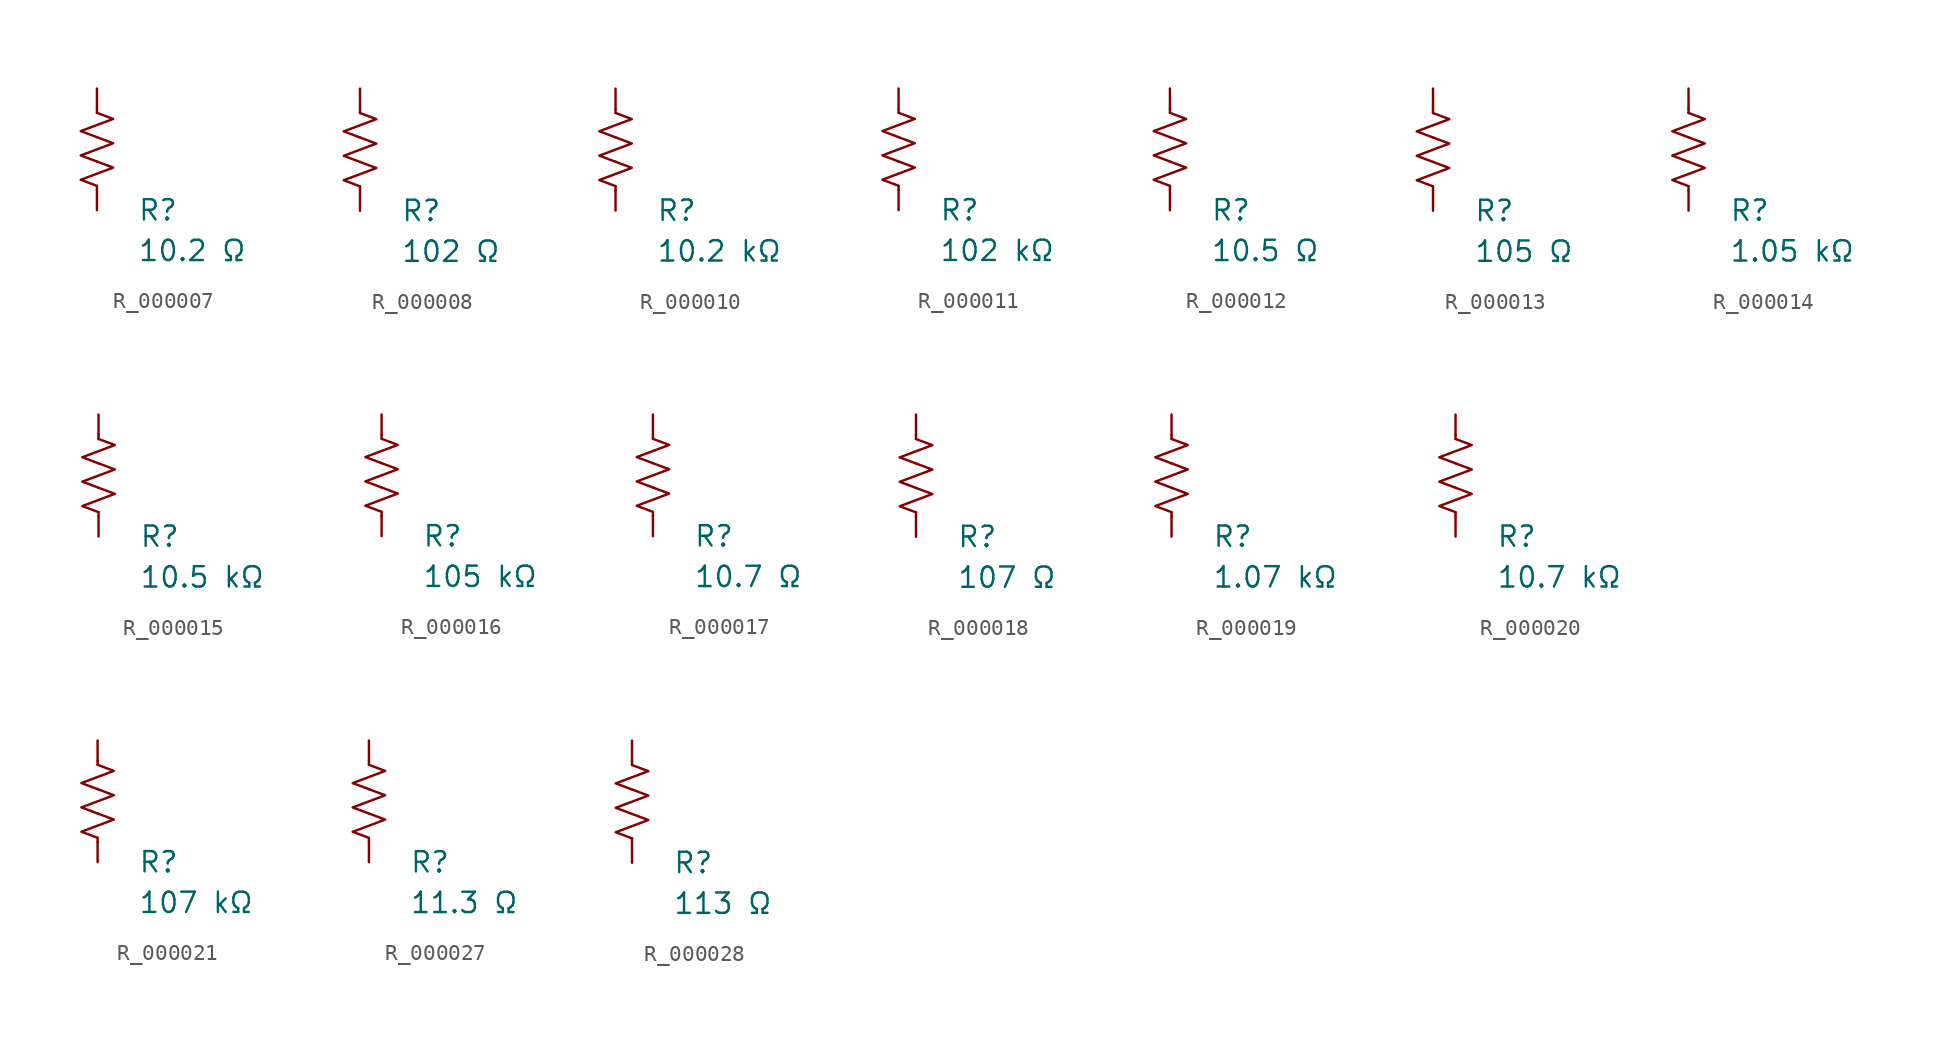
<source format=kicad_sym>
(kicad_symbol_lib
  (version 20231120)
  (generator "kicad_symbol_editor")
  (generator_version "8.0")
  (symbol "R_000007"
    (pin_numbers hide)
    (pin_names
      (offset 0))
    (property "Reference" "R"
      (at 2.54 -3.81 0)
      (effects (font (size 1.27 1.27)) (justify left))
      (show_name no))
    (property "Value" "10.2 Ω"
      (at 2.54 -6.35 0)
      (effects (font (size 1.27 1.27)) (justify left))
      (show_name no))
    (symbol "R_000007_0_1"
      (polyline (pts (xy 0 -2.286) (xy 0 -2.54)) (stroke (width 0) (type default)) (fill (type none)))
      (polyline (pts (xy 0 2.286) (xy 0 2.54)) (stroke (width 0) (type default)) (fill (type none)))
      (polyline (pts (xy 0 -0.762) (xy 1.016 -1.143) (xy 0 -1.524) (xy -1.016 -1.905) (xy 0 -2.286)) (stroke (width 0) (type default)) (fill (type none)))
      (polyline (pts (xy 0 0.762) (xy 1.016 0.381) (xy 0 0) (xy -1.016 -0.381) (xy 0 -0.762)) (stroke (width 0) (type default)) (fill (type none)))
      (polyline (pts (xy 0 2.286) (xy 1.016 1.905) (xy 0 1.524) (xy -1.016 1.143) (xy 0 0.762)) (stroke (width 0) (type default)) (fill (type none))))
    (symbol "R_000007_1_1"
      (pin passive line (at 0 3.81 270) (length 1.27) (name "~" (effects (font (size 1.27 1.27)))) (number "1" (effects (font (size 1.27 1.27)))))
      (pin passive line (at 0 -3.81 90) (length 1.27) (name "~" (effects (font (size 1.27 1.27)))) (number "2" (effects (font (size 1.27 1.27)))))))
  (symbol "R_000008"
    (pin_numbers hide)
    (pin_names
      (offset 0))
    (property "Reference" "R"
      (at 2.54 -3.81 0)
      (effects (font (size 1.27 1.27)) (justify left))
      (show_name no))
    (property "Value" "102 Ω"
      (at 2.54 -6.35 0)
      (effects (font (size 1.27 1.27)) (justify left))
      (show_name no))
    (symbol "R_000008_0_1"
      (polyline (pts (xy 0 -2.286) (xy 0 -2.54)) (stroke (width 0) (type default)) (fill (type none)))
      (polyline (pts (xy 0 2.286) (xy 0 2.54)) (stroke (width 0) (type default)) (fill (type none)))
      (polyline (pts (xy 0 -0.762) (xy 1.016 -1.143) (xy 0 -1.524) (xy -1.016 -1.905) (xy 0 -2.286)) (stroke (width 0) (type default)) (fill (type none)))
      (polyline (pts (xy 0 0.762) (xy 1.016 0.381) (xy 0 0) (xy -1.016 -0.381) (xy 0 -0.762)) (stroke (width 0) (type default)) (fill (type none)))
      (polyline (pts (xy 0 2.286) (xy 1.016 1.905) (xy 0 1.524) (xy -1.016 1.143) (xy 0 0.762)) (stroke (width 0) (type default)) (fill (type none))))
    (symbol "R_000008_1_1"
      (pin passive line (at 0 3.81 270) (length 1.27) (name "~" (effects (font (size 1.27 1.27)))) (number "1" (effects (font (size 1.27 1.27)))))
      (pin passive line (at 0 -3.81 90) (length 1.27) (name "~" (effects (font (size 1.27 1.27)))) (number "2" (effects (font (size 1.27 1.27)))))))
  (symbol "R_000010"
    (pin_numbers hide)
    (pin_names
      (offset 0))
    (property "Reference" "R"
      (at 2.54 -3.81 0)
      (effects (font (size 1.27 1.27)) (justify left))
      (show_name no))
    (property "Value" "10.2 kΩ"
      (at 2.54 -6.35 0)
      (effects (font (size 1.27 1.27)) (justify left))
      (show_name no))
    (symbol "R_000010_0_1"
      (polyline (pts (xy 0 -2.286) (xy 0 -2.54)) (stroke (width 0) (type default)) (fill (type none)))
      (polyline (pts (xy 0 2.286) (xy 0 2.54)) (stroke (width 0) (type default)) (fill (type none)))
      (polyline (pts (xy 0 -0.762) (xy 1.016 -1.143) (xy 0 -1.524) (xy -1.016 -1.905) (xy 0 -2.286)) (stroke (width 0) (type default)) (fill (type none)))
      (polyline (pts (xy 0 0.762) (xy 1.016 0.381) (xy 0 0) (xy -1.016 -0.381) (xy 0 -0.762)) (stroke (width 0) (type default)) (fill (type none)))
      (polyline (pts (xy 0 2.286) (xy 1.016 1.905) (xy 0 1.524) (xy -1.016 1.143) (xy 0 0.762)) (stroke (width 0) (type default)) (fill (type none))))
    (symbol "R_000010_1_1"
      (pin passive line (at 0 3.81 270) (length 1.27) (name "~" (effects (font (size 1.27 1.27)))) (number "1" (effects (font (size 1.27 1.27)))))
      (pin passive line (at 0 -3.81 90) (length 1.27) (name "~" (effects (font (size 1.27 1.27)))) (number "2" (effects (font (size 1.27 1.27)))))))
  (symbol "R_000011"
    (pin_numbers hide)
    (pin_names
      (offset 0))
    (property "Reference" "R"
      (at 2.54 -3.81 0)
      (effects (font (size 1.27 1.27)) (justify left))
      (show_name no))
    (property "Value" "102 kΩ"
      (at 2.54 -6.35 0)
      (effects (font (size 1.27 1.27)) (justify left))
      (show_name no))
    (symbol "R_000011_0_1"
      (polyline (pts (xy 0 -2.286) (xy 0 -2.54)) (stroke (width 0) (type default)) (fill (type none)))
      (polyline (pts (xy 0 2.286) (xy 0 2.54)) (stroke (width 0) (type default)) (fill (type none)))
      (polyline (pts (xy 0 -0.762) (xy 1.016 -1.143) (xy 0 -1.524) (xy -1.016 -1.905) (xy 0 -2.286)) (stroke (width 0) (type default)) (fill (type none)))
      (polyline (pts (xy 0 0.762) (xy 1.016 0.381) (xy 0 0) (xy -1.016 -0.381) (xy 0 -0.762)) (stroke (width 0) (type default)) (fill (type none)))
      (polyline (pts (xy 0 2.286) (xy 1.016 1.905) (xy 0 1.524) (xy -1.016 1.143) (xy 0 0.762)) (stroke (width 0) (type default)) (fill (type none))))
    (symbol "R_000011_1_1"
      (pin passive line (at 0 3.81 270) (length 1.27) (name "~" (effects (font (size 1.27 1.27)))) (number "1" (effects (font (size 1.27 1.27)))))
      (pin passive line (at 0 -3.81 90) (length 1.27) (name "~" (effects (font (size 1.27 1.27)))) (number "2" (effects (font (size 1.27 1.27)))))))
  (symbol "R_000012"
    (pin_numbers hide)
    (pin_names
      (offset 0))
    (property "Reference" "R"
      (at 2.54 -3.81 0)
      (effects (font (size 1.27 1.27)) (justify left))
      (show_name no))
    (property "Value" "10.5 Ω"
      (at 2.54 -6.35 0)
      (effects (font (size 1.27 1.27)) (justify left))
      (show_name no))
    (symbol "R_000012_0_1"
      (polyline (pts (xy 0 -2.286) (xy 0 -2.54)) (stroke (width 0) (type default)) (fill (type none)))
      (polyline (pts (xy 0 2.286) (xy 0 2.54)) (stroke (width 0) (type default)) (fill (type none)))
      (polyline (pts (xy 0 -0.762) (xy 1.016 -1.143) (xy 0 -1.524) (xy -1.016 -1.905) (xy 0 -2.286)) (stroke (width 0) (type default)) (fill (type none)))
      (polyline (pts (xy 0 0.762) (xy 1.016 0.381) (xy 0 0) (xy -1.016 -0.381) (xy 0 -0.762)) (stroke (width 0) (type default)) (fill (type none)))
      (polyline (pts (xy 0 2.286) (xy 1.016 1.905) (xy 0 1.524) (xy -1.016 1.143) (xy 0 0.762)) (stroke (width 0) (type default)) (fill (type none))))
    (symbol "R_000012_1_1"
      (pin passive line (at 0 3.81 270) (length 1.27) (name "~" (effects (font (size 1.27 1.27)))) (number "1" (effects (font (size 1.27 1.27)))))
      (pin passive line (at 0 -3.81 90) (length 1.27) (name "~" (effects (font (size 1.27 1.27)))) (number "2" (effects (font (size 1.27 1.27)))))))
  (symbol "R_000013"
    (pin_numbers hide)
    (pin_names
      (offset 0))
    (property "Reference" "R"
      (at 2.54 -3.81 0)
      (effects (font (size 1.27 1.27)) (justify left))
      (show_name no))
    (property "Value" "105 Ω"
      (at 2.54 -6.35 0)
      (effects (font (size 1.27 1.27)) (justify left))
      (show_name no))
    (symbol "R_000013_0_1"
      (polyline (pts (xy 0 -2.286) (xy 0 -2.54)) (stroke (width 0) (type default)) (fill (type none)))
      (polyline (pts (xy 0 2.286) (xy 0 2.54)) (stroke (width 0) (type default)) (fill (type none)))
      (polyline (pts (xy 0 -0.762) (xy 1.016 -1.143) (xy 0 -1.524) (xy -1.016 -1.905) (xy 0 -2.286)) (stroke (width 0) (type default)) (fill (type none)))
      (polyline (pts (xy 0 0.762) (xy 1.016 0.381) (xy 0 0) (xy -1.016 -0.381) (xy 0 -0.762)) (stroke (width 0) (type default)) (fill (type none)))
      (polyline (pts (xy 0 2.286) (xy 1.016 1.905) (xy 0 1.524) (xy -1.016 1.143) (xy 0 0.762)) (stroke (width 0) (type default)) (fill (type none))))
    (symbol "R_000013_1_1"
      (pin passive line (at 0 3.81 270) (length 1.27) (name "~" (effects (font (size 1.27 1.27)))) (number "1" (effects (font (size 1.27 1.27)))))
      (pin passive line (at 0 -3.81 90) (length 1.27) (name "~" (effects (font (size 1.27 1.27)))) (number "2" (effects (font (size 1.27 1.27)))))))
  (symbol "R_000014"
    (pin_numbers hide)
    (pin_names
      (offset 0))
    (property "Reference" "R"
      (at 2.54 -3.81 0)
      (effects (font (size 1.27 1.27)) (justify left))
      (show_name no))
    (property "Value" "1.05 kΩ"
      (at 2.54 -6.35 0)
      (effects (font (size 1.27 1.27)) (justify left))
      (show_name no))
    (symbol "R_000014_0_1"
      (polyline (pts (xy 0 -2.286) (xy 0 -2.54)) (stroke (width 0) (type default)) (fill (type none)))
      (polyline (pts (xy 0 2.286) (xy 0 2.54)) (stroke (width 0) (type default)) (fill (type none)))
      (polyline (pts (xy 0 -0.762) (xy 1.016 -1.143) (xy 0 -1.524) (xy -1.016 -1.905) (xy 0 -2.286)) (stroke (width 0) (type default)) (fill (type none)))
      (polyline (pts (xy 0 0.762) (xy 1.016 0.381) (xy 0 0) (xy -1.016 -0.381) (xy 0 -0.762)) (stroke (width 0) (type default)) (fill (type none)))
      (polyline (pts (xy 0 2.286) (xy 1.016 1.905) (xy 0 1.524) (xy -1.016 1.143) (xy 0 0.762)) (stroke (width 0) (type default)) (fill (type none))))
    (symbol "R_000014_1_1"
      (pin passive line (at 0 3.81 270) (length 1.27) (name "~" (effects (font (size 1.27 1.27)))) (number "1" (effects (font (size 1.27 1.27)))))
      (pin passive line (at 0 -3.81 90) (length 1.27) (name "~" (effects (font (size 1.27 1.27)))) (number "2" (effects (font (size 1.27 1.27)))))))
  (symbol "R_000015"
    (pin_numbers hide)
    (pin_names
      (offset 0))
    (property "Reference" "R"
      (at 2.54 -3.81 0)
      (effects (font (size 1.27 1.27)) (justify left))
      (show_name no))
    (property "Value" "10.5 kΩ"
      (at 2.54 -6.35 0)
      (effects (font (size 1.27 1.27)) (justify left))
      (show_name no))
    (symbol "R_000015_0_1"
      (polyline (pts (xy 0 -2.286) (xy 0 -2.54)) (stroke (width 0) (type default)) (fill (type none)))
      (polyline (pts (xy 0 2.286) (xy 0 2.54)) (stroke (width 0) (type default)) (fill (type none)))
      (polyline (pts (xy 0 -0.762) (xy 1.016 -1.143) (xy 0 -1.524) (xy -1.016 -1.905) (xy 0 -2.286)) (stroke (width 0) (type default)) (fill (type none)))
      (polyline (pts (xy 0 0.762) (xy 1.016 0.381) (xy 0 0) (xy -1.016 -0.381) (xy 0 -0.762)) (stroke (width 0) (type default)) (fill (type none)))
      (polyline (pts (xy 0 2.286) (xy 1.016 1.905) (xy 0 1.524) (xy -1.016 1.143) (xy 0 0.762)) (stroke (width 0) (type default)) (fill (type none))))
    (symbol "R_000015_1_1"
      (pin passive line (at 0 3.81 270) (length 1.27) (name "~" (effects (font (size 1.27 1.27)))) (number "1" (effects (font (size 1.27 1.27)))))
      (pin passive line (at 0 -3.81 90) (length 1.27) (name "~" (effects (font (size 1.27 1.27)))) (number "2" (effects (font (size 1.27 1.27)))))))
  (symbol "R_000016"
    (pin_numbers hide)
    (pin_names
      (offset 0))
    (property "Reference" "R"
      (at 2.54 -3.81 0)
      (effects (font (size 1.27 1.27)) (justify left))
      (show_name no))
    (property "Value" "105 kΩ"
      (at 2.54 -6.35 0)
      (effects (font (size 1.27 1.27)) (justify left))
      (show_name no))
    (symbol "R_000016_0_1"
      (polyline (pts (xy 0 -2.286) (xy 0 -2.54)) (stroke (width 0) (type default)) (fill (type none)))
      (polyline (pts (xy 0 2.286) (xy 0 2.54)) (stroke (width 0) (type default)) (fill (type none)))
      (polyline (pts (xy 0 -0.762) (xy 1.016 -1.143) (xy 0 -1.524) (xy -1.016 -1.905) (xy 0 -2.286)) (stroke (width 0) (type default)) (fill (type none)))
      (polyline (pts (xy 0 0.762) (xy 1.016 0.381) (xy 0 0) (xy -1.016 -0.381) (xy 0 -0.762)) (stroke (width 0) (type default)) (fill (type none)))
      (polyline (pts (xy 0 2.286) (xy 1.016 1.905) (xy 0 1.524) (xy -1.016 1.143) (xy 0 0.762)) (stroke (width 0) (type default)) (fill (type none))))
    (symbol "R_000016_1_1"
      (pin passive line (at 0 3.81 270) (length 1.27) (name "~" (effects (font (size 1.27 1.27)))) (number "1" (effects (font (size 1.27 1.27)))))
      (pin passive line (at 0 -3.81 90) (length 1.27) (name "~" (effects (font (size 1.27 1.27)))) (number "2" (effects (font (size 1.27 1.27)))))))
  (symbol "R_000017"
    (pin_numbers hide)
    (pin_names
      (offset 0))
    (property "Reference" "R"
      (at 2.54 -3.81 0)
      (effects (font (size 1.27 1.27)) (justify left))
      (show_name no))
    (property "Value" "10.7 Ω"
      (at 2.54 -6.35 0)
      (effects (font (size 1.27 1.27)) (justify left))
      (show_name no))
    (symbol "R_000017_0_1"
      (polyline (pts (xy 0 -2.286) (xy 0 -2.54)) (stroke (width 0) (type default)) (fill (type none)))
      (polyline (pts (xy 0 2.286) (xy 0 2.54)) (stroke (width 0) (type default)) (fill (type none)))
      (polyline (pts (xy 0 -0.762) (xy 1.016 -1.143) (xy 0 -1.524) (xy -1.016 -1.905) (xy 0 -2.286)) (stroke (width 0) (type default)) (fill (type none)))
      (polyline (pts (xy 0 0.762) (xy 1.016 0.381) (xy 0 0) (xy -1.016 -0.381) (xy 0 -0.762)) (stroke (width 0) (type default)) (fill (type none)))
      (polyline (pts (xy 0 2.286) (xy 1.016 1.905) (xy 0 1.524) (xy -1.016 1.143) (xy 0 0.762)) (stroke (width 0) (type default)) (fill (type none))))
    (symbol "R_000017_1_1"
      (pin passive line (at 0 3.81 270) (length 1.27) (name "~" (effects (font (size 1.27 1.27)))) (number "1" (effects (font (size 1.27 1.27)))))
      (pin passive line (at 0 -3.81 90) (length 1.27) (name "~" (effects (font (size 1.27 1.27)))) (number "2" (effects (font (size 1.27 1.27)))))))
  (symbol "R_000018"
    (pin_numbers hide)
    (pin_names
      (offset 0))
    (property "Reference" "R"
      (at 2.54 -3.81 0)
      (effects (font (size 1.27 1.27)) (justify left))
      (show_name no))
    (property "Value" "107 Ω"
      (at 2.54 -6.35 0)
      (effects (font (size 1.27 1.27)) (justify left))
      (show_name no))
    (symbol "R_000018_0_1"
      (polyline (pts (xy 0 -2.286) (xy 0 -2.54)) (stroke (width 0) (type default)) (fill (type none)))
      (polyline (pts (xy 0 2.286) (xy 0 2.54)) (stroke (width 0) (type default)) (fill (type none)))
      (polyline (pts (xy 0 -0.762) (xy 1.016 -1.143) (xy 0 -1.524) (xy -1.016 -1.905) (xy 0 -2.286)) (stroke (width 0) (type default)) (fill (type none)))
      (polyline (pts (xy 0 0.762) (xy 1.016 0.381) (xy 0 0) (xy -1.016 -0.381) (xy 0 -0.762)) (stroke (width 0) (type default)) (fill (type none)))
      (polyline (pts (xy 0 2.286) (xy 1.016 1.905) (xy 0 1.524) (xy -1.016 1.143) (xy 0 0.762)) (stroke (width 0) (type default)) (fill (type none))))
    (symbol "R_000018_1_1"
      (pin passive line (at 0 3.81 270) (length 1.27) (name "~" (effects (font (size 1.27 1.27)))) (number "1" (effects (font (size 1.27 1.27)))))
      (pin passive line (at 0 -3.81 90) (length 1.27) (name "~" (effects (font (size 1.27 1.27)))) (number "2" (effects (font (size 1.27 1.27)))))))
  (symbol "R_000019"
    (pin_numbers hide)
    (pin_names
      (offset 0))
    (property "Reference" "R"
      (at 2.54 -3.81 0)
      (effects (font (size 1.27 1.27)) (justify left))
      (show_name no))
    (property "Value" "1.07 kΩ"
      (at 2.54 -6.35 0)
      (effects (font (size 1.27 1.27)) (justify left))
      (show_name no))
    (symbol "R_000019_0_1"
      (polyline (pts (xy 0 -2.286) (xy 0 -2.54)) (stroke (width 0) (type default)) (fill (type none)))
      (polyline (pts (xy 0 2.286) (xy 0 2.54)) (stroke (width 0) (type default)) (fill (type none)))
      (polyline (pts (xy 0 -0.762) (xy 1.016 -1.143) (xy 0 -1.524) (xy -1.016 -1.905) (xy 0 -2.286)) (stroke (width 0) (type default)) (fill (type none)))
      (polyline (pts (xy 0 0.762) (xy 1.016 0.381) (xy 0 0) (xy -1.016 -0.381) (xy 0 -0.762)) (stroke (width 0) (type default)) (fill (type none)))
      (polyline (pts (xy 0 2.286) (xy 1.016 1.905) (xy 0 1.524) (xy -1.016 1.143) (xy 0 0.762)) (stroke (width 0) (type default)) (fill (type none))))
    (symbol "R_000019_1_1"
      (pin passive line (at 0 3.81 270) (length 1.27) (name "~" (effects (font (size 1.27 1.27)))) (number "1" (effects (font (size 1.27 1.27)))))
      (pin passive line (at 0 -3.81 90) (length 1.27) (name "~" (effects (font (size 1.27 1.27)))) (number "2" (effects (font (size 1.27 1.27)))))))
  (symbol "R_000020"
    (pin_numbers hide)
    (pin_names
      (offset 0))
    (property "Reference" "R"
      (at 2.54 -3.81 0)
      (effects (font (size 1.27 1.27)) (justify left))
      (show_name no))
    (property "Value" "10.7 kΩ"
      (at 2.54 -6.35 0)
      (effects (font (size 1.27 1.27)) (justify left))
      (show_name no))
    (symbol "R_000020_0_1"
      (polyline (pts (xy 0 -2.286) (xy 0 -2.54)) (stroke (width 0) (type default)) (fill (type none)))
      (polyline (pts (xy 0 2.286) (xy 0 2.54)) (stroke (width 0) (type default)) (fill (type none)))
      (polyline (pts (xy 0 -0.762) (xy 1.016 -1.143) (xy 0 -1.524) (xy -1.016 -1.905) (xy 0 -2.286)) (stroke (width 0) (type default)) (fill (type none)))
      (polyline (pts (xy 0 0.762) (xy 1.016 0.381) (xy 0 0) (xy -1.016 -0.381) (xy 0 -0.762)) (stroke (width 0) (type default)) (fill (type none)))
      (polyline (pts (xy 0 2.286) (xy 1.016 1.905) (xy 0 1.524) (xy -1.016 1.143) (xy 0 0.762)) (stroke (width 0) (type default)) (fill (type none))))
    (symbol "R_000020_1_1"
      (pin passive line (at 0 3.81 270) (length 1.27) (name "~" (effects (font (size 1.27 1.27)))) (number "1" (effects (font (size 1.27 1.27)))))
      (pin passive line (at 0 -3.81 90) (length 1.27) (name "~" (effects (font (size 1.27 1.27)))) (number "2" (effects (font (size 1.27 1.27)))))))
  (symbol "R_000021"
    (pin_numbers hide)
    (pin_names
      (offset 0))
    (property "Reference" "R"
      (at 2.54 -3.81 0)
      (effects (font (size 1.27 1.27)) (justify left))
      (show_name no))
    (property "Value" "107 kΩ"
      (at 2.54 -6.35 0)
      (effects (font (size 1.27 1.27)) (justify left))
      (show_name no))
    (symbol "R_000021_0_1"
      (polyline (pts (xy 0 -2.286) (xy 0 -2.54)) (stroke (width 0) (type default)) (fill (type none)))
      (polyline (pts (xy 0 2.286) (xy 0 2.54)) (stroke (width 0) (type default)) (fill (type none)))
      (polyline (pts (xy 0 -0.762) (xy 1.016 -1.143) (xy 0 -1.524) (xy -1.016 -1.905) (xy 0 -2.286)) (stroke (width 0) (type default)) (fill (type none)))
      (polyline (pts (xy 0 0.762) (xy 1.016 0.381) (xy 0 0) (xy -1.016 -0.381) (xy 0 -0.762)) (stroke (width 0) (type default)) (fill (type none)))
      (polyline (pts (xy 0 2.286) (xy 1.016 1.905) (xy 0 1.524) (xy -1.016 1.143) (xy 0 0.762)) (stroke (width 0) (type default)) (fill (type none))))
    (symbol "R_000021_1_1"
      (pin passive line (at 0 3.81 270) (length 1.27) (name "~" (effects (font (size 1.27 1.27)))) (number "1" (effects (font (size 1.27 1.27)))))
      (pin passive line (at 0 -3.81 90) (length 1.27) (name "~" (effects (font (size 1.27 1.27)))) (number "2" (effects (font (size 1.27 1.27)))))))
  (symbol "R_000027"
    (pin_numbers hide)
    (pin_names
      (offset 0))
    (property "Reference" "R"
      (at 2.54 -3.81 0)
      (effects (font (size 1.27 1.27)) (justify left))
      (show_name no))
    (property "Value" "11.3 Ω"
      (at 2.54 -6.35 0)
      (effects (font (size 1.27 1.27)) (justify left))
      (show_name no))
    (symbol "R_000027_0_1"
      (polyline (pts (xy 0 -2.286) (xy 0 -2.54)) (stroke (width 0) (type default)) (fill (type none)))
      (polyline (pts (xy 0 2.286) (xy 0 2.54)) (stroke (width 0) (type default)) (fill (type none)))
      (polyline (pts (xy 0 -0.762) (xy 1.016 -1.143) (xy 0 -1.524) (xy -1.016 -1.905) (xy 0 -2.286)) (stroke (width 0) (type default)) (fill (type none)))
      (polyline (pts (xy 0 0.762) (xy 1.016 0.381) (xy 0 0) (xy -1.016 -0.381) (xy 0 -0.762)) (stroke (width 0) (type default)) (fill (type none)))
      (polyline (pts (xy 0 2.286) (xy 1.016 1.905) (xy 0 1.524) (xy -1.016 1.143) (xy 0 0.762)) (stroke (width 0) (type default)) (fill (type none))))
    (symbol "R_000027_1_1"
      (pin passive line (at 0 3.81 270) (length 1.27) (name "~" (effects (font (size 1.27 1.27)))) (number "1" (effects (font (size 1.27 1.27)))))
      (pin passive line (at 0 -3.81 90) (length 1.27) (name "~" (effects (font (size 1.27 1.27)))) (number "2" (effects (font (size 1.27 1.27)))))))
  (symbol "R_000028"
    (pin_numbers hide)
    (pin_names
      (offset 0))
    (property "Reference" "R"
      (at 2.54 -3.81 0)
      (effects (font (size 1.27 1.27)) (justify left))
      (show_name no))
    (property "Value" "113 Ω"
      (at 2.54 -6.35 0)
      (effects (font (size 1.27 1.27)) (justify left))
      (show_name no))
    (symbol "R_000028_0_1"
      (polyline (pts (xy 0 -2.286) (xy 0 -2.54)) (stroke (width 0) (type default)) (fill (type none)))
      (polyline (pts (xy 0 2.286) (xy 0 2.54)) (stroke (width 0) (type default)) (fill (type none)))
      (polyline (pts (xy 0 -0.762) (xy 1.016 -1.143) (xy 0 -1.524) (xy -1.016 -1.905) (xy 0 -2.286)) (stroke (width 0) (type default)) (fill (type none)))
      (polyline (pts (xy 0 0.762) (xy 1.016 0.381) (xy 0 0) (xy -1.016 -0.381) (xy 0 -0.762)) (stroke (width 0) (type default)) (fill (type none)))
      (polyline (pts (xy 0 2.286) (xy 1.016 1.905) (xy 0 1.524) (xy -1.016 1.143) (xy 0 0.762)) (stroke (width 0) (type default)) (fill (type none))))
    (symbol "R_000028_1_1"
      (pin passive line (at 0 3.81 270) (length 1.27) (name "~" (effects (font (size 1.27 1.27)))) (number "1" (effects (font (size 1.27 1.27)))))
      (pin passive line (at 0 -3.81 90) (length 1.27) (name "~" (effects (font (size 1.27 1.27)))) (number "2" (effects (font (size 1.27 1.27))))))))
</source>
